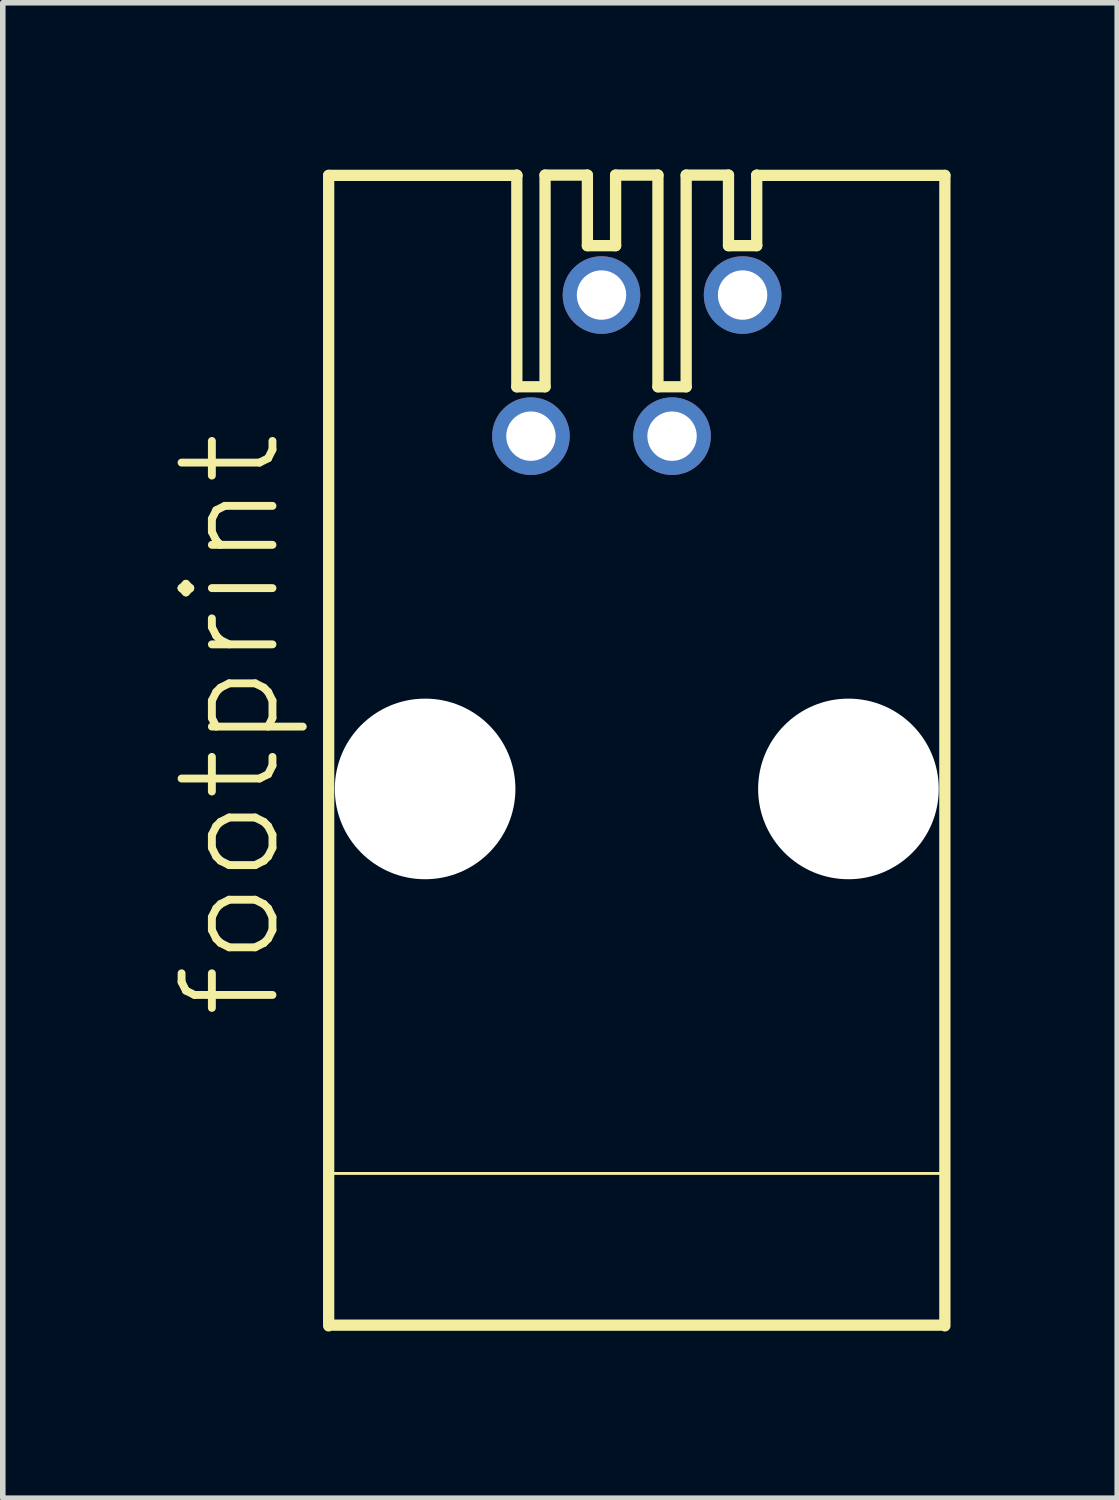
<source format=kicad_pcb>
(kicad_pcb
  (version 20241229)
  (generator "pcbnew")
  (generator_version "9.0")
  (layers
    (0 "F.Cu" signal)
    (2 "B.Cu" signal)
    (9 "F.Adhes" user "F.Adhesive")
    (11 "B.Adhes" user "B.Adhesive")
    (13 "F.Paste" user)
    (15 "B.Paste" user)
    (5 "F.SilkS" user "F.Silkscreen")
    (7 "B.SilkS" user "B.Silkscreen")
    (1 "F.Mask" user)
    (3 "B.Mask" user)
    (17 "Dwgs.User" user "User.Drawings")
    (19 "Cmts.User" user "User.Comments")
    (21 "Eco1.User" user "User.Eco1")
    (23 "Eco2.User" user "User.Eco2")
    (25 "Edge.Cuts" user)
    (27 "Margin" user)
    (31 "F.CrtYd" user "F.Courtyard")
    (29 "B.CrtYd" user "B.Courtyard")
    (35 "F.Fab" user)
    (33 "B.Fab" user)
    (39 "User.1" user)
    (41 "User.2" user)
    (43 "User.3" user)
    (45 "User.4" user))
  (footprint "footprint"
    (layer "F.Cu")
    (at 8.412 11.151)
    (property "Reference" "footprint" (at -6.35 4.191 90) (layer "F.SilkS") (effects (font (size 1.636 1.636) (thickness 0.142)) (justify left bottom)))
    (fp_line (start -5.546 -11.044) (end -2.159 -11.044) (stroke (width 0.203) (type solid)) (layer "F.SilkS"))
    (fp_line (start -5.546 9.665) (end -5.546 -11.044) (stroke (width 0.203) (type solid)) (layer "F.SilkS"))
    (fp_line (start -5.524 6.921) (end 5.524 6.921) (stroke (width 0.051) (type solid)) (layer "F.SilkS"))
    (fp_line (start -2.159 -11.049) (end -2.159 -11.044) (stroke (width 0.203) (type solid)) (layer "F.SilkS"))
    (fp_line (start -2.159 -11.044) (end -2.159 -7.239) (stroke (width 0.203) (type solid)) (layer "F.SilkS"))
    (fp_line (start -2.159 -7.239) (end -1.651 -7.239) (stroke (width 0.203) (type solid)) (layer "F.SilkS"))
    (fp_line (start -1.651 -11.049) (end -1.651 -7.239) (stroke (width 0.203) (type solid)) (layer "F.SilkS"))
    (fp_line (start -1.651 -11.049) (end -0.889 -11.049) (stroke (width 0.203) (type solid)) (layer "F.SilkS"))
    (fp_line (start -0.889 -11.049) (end -0.889 -9.779) (stroke (width 0.203) (type solid)) (layer "F.SilkS"))
    (fp_line (start -0.889 -9.779) (end -0.381 -9.779) (stroke (width 0.203) (type solid)) (layer "F.SilkS"))
    (fp_line (start -0.381 -11.049) (end -0.381 -9.779) (stroke (width 0.203) (type solid)) (layer "F.SilkS"))
    (fp_line (start -0.381 -11.049) (end 0.381 -11.049) (stroke (width 0.203) (type solid)) (layer "F.SilkS"))
    (fp_line (start 0.381 -11.049) (end 0.381 -7.239) (stroke (width 0.203) (type solid)) (layer "F.SilkS"))
    (fp_line (start 0.381 -7.239) (end 0.889 -7.239) (stroke (width 0.203) (type solid)) (layer "F.SilkS"))
    (fp_line (start 0.889 -11.049) (end 0.889 -7.239) (stroke (width 0.203) (type solid)) (layer "F.SilkS"))
    (fp_line (start 0.889 -11.049) (end 1.651 -11.049) (stroke (width 0.203) (type solid)) (layer "F.SilkS"))
    (fp_line (start 1.651 -11.049) (end 1.651 -9.779) (stroke (width 0.203) (type solid)) (layer "F.SilkS"))
    (fp_line (start 1.651 -9.779) (end 2.159 -9.779) (stroke (width 0.203) (type solid)) (layer "F.SilkS"))
    (fp_line (start 2.159 -11.049) (end 2.159 -11.044) (stroke (width 0.203) (type solid)) (layer "F.SilkS"))
    (fp_line (start 2.159 -11.044) (end 2.159 -9.779) (stroke (width 0.203) (type solid)) (layer "F.SilkS"))
    (fp_line (start 2.159 -11.044) (end 5.546 -11.044) (stroke (width 0.203) (type solid)) (layer "F.SilkS"))
    (fp_line (start 5.461 9.652) (end -5.461 9.652) (stroke (width 0.203) (type solid)) (layer "F.SilkS"))
    (fp_line (start 5.546 -11.044) (end 5.546 9.665) (stroke (width 0.203) (type solid)) (layer "F.SilkS"))
    (pad "" np_thru_hole circle (at -3.81 0) (size 3.251 3.251) (drill 3.251) (layers "*.Cu" "*.Mask"))
    (pad "" np_thru_hole circle (at 3.81 0) (size 3.251 3.251) (drill 3.251) (layers "*.Cu" "*.Mask"))
    (pad "1" thru_hole circle (at -1.905 -6.35) (size 1.397 1.397) (drill 0.889) (layers "*.Cu" "*.Mask"))
    (pad "2" thru_hole circle (at -0.635 -8.89) (size 1.397 1.397) (drill 0.889) (layers "*.Cu" "*.Mask"))
    (pad "3" thru_hole circle (at 0.635 -6.35) (size 1.397 1.397) (drill 0.889) (layers "*.Cu" "*.Mask"))
    (pad "4" thru_hole circle (at 1.905 -8.89) (size 1.397 1.397) (drill 0.889) (layers "*.Cu" "*.Mask")))
  (gr_rect
    (start -3 -3)
    (end 17.06 23.917)
    (stroke (width 0.1) (type default))
    (fill no)
    (layer "Edge.Cuts")))
</source>
